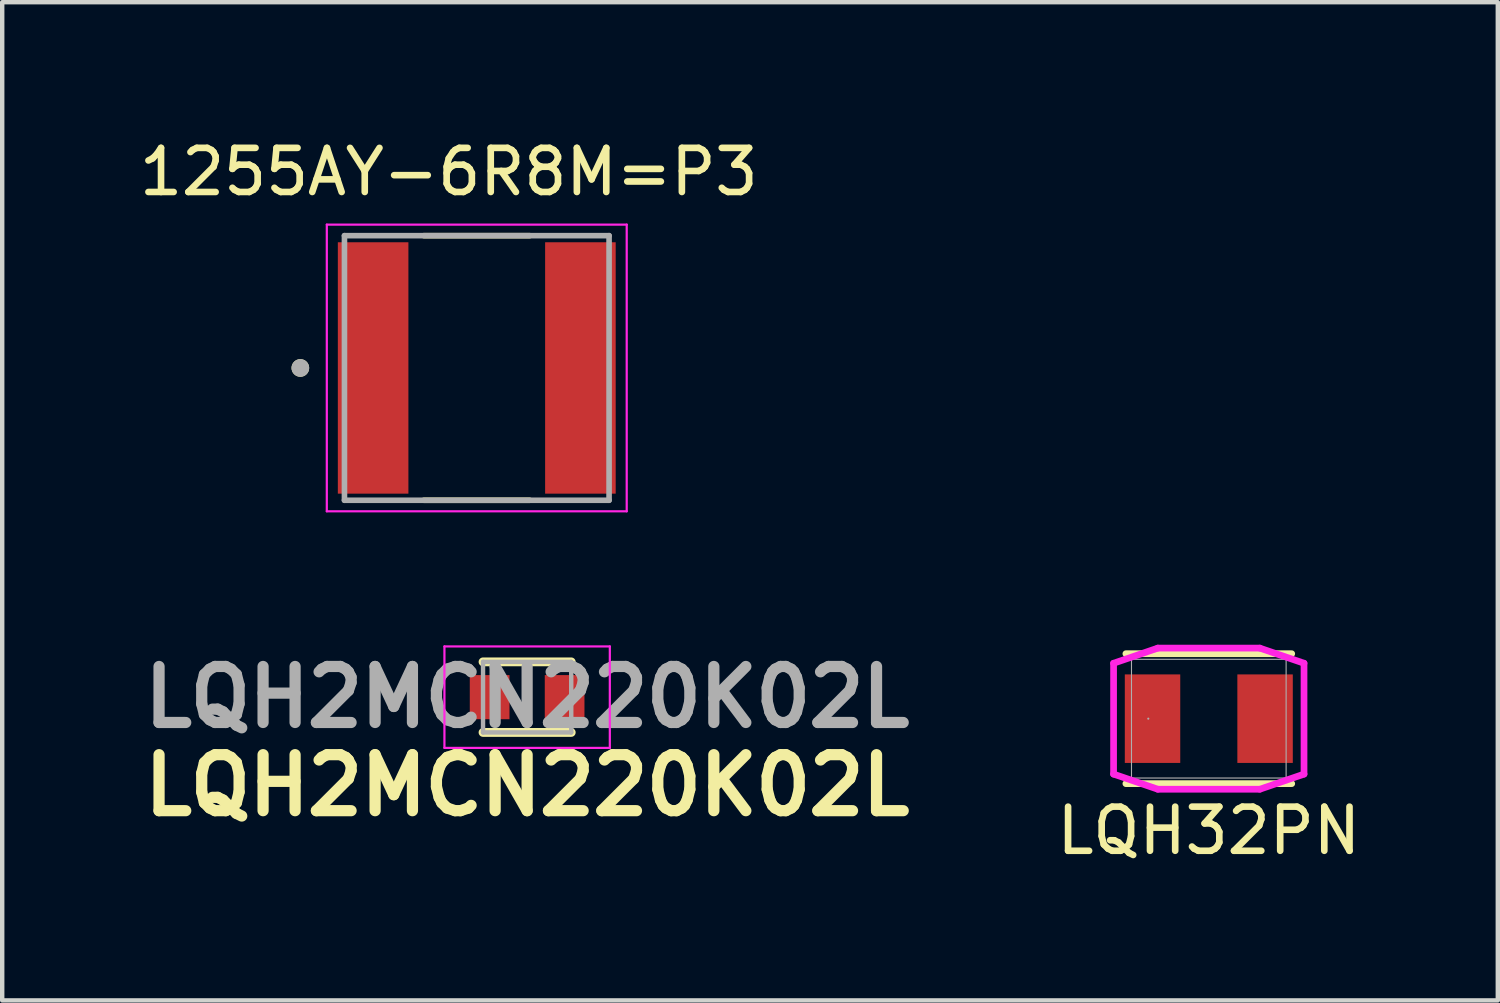
<source format=kicad_pcb>
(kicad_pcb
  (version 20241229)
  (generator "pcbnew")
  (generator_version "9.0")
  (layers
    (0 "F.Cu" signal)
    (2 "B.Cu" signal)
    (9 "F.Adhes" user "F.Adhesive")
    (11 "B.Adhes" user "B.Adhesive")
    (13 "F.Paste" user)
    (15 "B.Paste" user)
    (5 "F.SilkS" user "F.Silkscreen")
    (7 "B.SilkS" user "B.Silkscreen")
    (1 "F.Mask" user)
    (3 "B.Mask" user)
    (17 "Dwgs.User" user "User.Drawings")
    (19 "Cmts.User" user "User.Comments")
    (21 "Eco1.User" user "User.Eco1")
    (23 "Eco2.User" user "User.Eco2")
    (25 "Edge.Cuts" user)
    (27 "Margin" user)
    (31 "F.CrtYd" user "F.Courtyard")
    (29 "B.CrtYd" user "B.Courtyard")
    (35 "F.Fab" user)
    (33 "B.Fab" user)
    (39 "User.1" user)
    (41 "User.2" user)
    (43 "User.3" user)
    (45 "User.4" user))
  (footprint "LQH2MCN220K02L"
    (layer "F.Cu")
    (at 8.902 12.757)
    (property "Reference" "LQH2MCN220K02L" (at 0 2 0) (layer "F.SilkS") (effects (font (size 1.27 1.27) (thickness 0.254))))
    (attr smd)
    (fp_line (start -1 0.8) (end 1 0.8) (stroke (width 0.2) (type solid)) (layer "F.SilkS"))
    (fp_line (start 1 -0.8) (end -1 -0.8) (stroke (width 0.2) (type solid)) (layer "F.SilkS"))
    (fp_line (start -1.875 -1.15) (end 1.875 -1.15) (stroke (width 0.05) (type solid)) (layer "F.CrtYd"))
    (fp_line (start -1.875 1.15) (end -1.875 -1.15) (stroke (width 0.05) (type solid)) (layer "F.CrtYd"))
    (fp_line (start 1.875 -1.15) (end 1.875 1.15) (stroke (width 0.05) (type solid)) (layer "F.CrtYd"))
    (fp_line (start 1.875 1.15) (end -1.875 1.15) (stroke (width 0.05) (type solid)) (layer "F.CrtYd"))
    (fp_line (start -1 -0.8) (end 1 -0.8) (stroke (width 0.1) (type solid)) (layer "F.Fab"))
    (fp_line (start -1 0.8) (end -1 -0.8) (stroke (width 0.1) (type solid)) (layer "F.Fab"))
    (fp_line (start 1 -0.8) (end 1 0.8) (stroke (width 0.1) (type solid)) (layer "F.Fab"))
    (fp_line (start 1 0.8) (end -1 0.8) (stroke (width 0.1) (type solid)) (layer "F.Fab"))
    (fp_text user "${REFERENCE}" (at 0 0 0) (layer "F.Fab") (effects (font (size 1.27 1.27) (thickness 0.254))))
    (pad "1" smd rect (at -0.85 0) (size 0.9 1) (layers "F.Cu" "F.Mask" "F.Paste"))
    (pad "2" smd rect (at 0.85 0) (size 0.9 1) (layers "F.Cu" "F.Mask" "F.Paste")))
  (footprint "1255AY-6R8M=P3"
    (layer "F.Cu")
    (at 7.76 5.293)
    (property "Reference" "1255AY-6R8M=P3" (at -0.635 -4.445 0) (layer "F.SilkS") (effects (font (size 1 1) (thickness 0.15))))
    (attr smd)
    (fp_line (start -1.2 -3) (end 1.2 -3) (stroke (width 0.127) (type solid)) (layer "F.SilkS"))
    (fp_line (start -1.2 3) (end 1.2 3) (stroke (width 0.127) (type solid)) (layer "F.SilkS"))
    (fp_circle (center -4 0) (end -3.9 0) (stroke (width 0.2) (type solid)) (fill no) (layer "F.SilkS"))
    (fp_line (start -3.4 -3.25) (end 3.4 -3.25) (stroke (width 0.05) (type solid)) (layer "F.CrtYd"))
    (fp_line (start -3.4 3.25) (end -3.4 -3.25) (stroke (width 0.05) (type solid)) (layer "F.CrtYd"))
    (fp_line (start 3.4 -3.25) (end 3.4 3.25) (stroke (width 0.05) (type solid)) (layer "F.CrtYd"))
    (fp_line (start 3.4 3.25) (end -3.4 3.25) (stroke (width 0.05) (type solid)) (layer "F.CrtYd"))
    (fp_line (start -3 -3) (end 3 -3) (stroke (width 0.127) (type solid)) (layer "F.Fab"))
    (fp_line (start -3 3) (end -3 -3) (stroke (width 0.127) (type solid)) (layer "F.Fab"))
    (fp_line (start 3 -3) (end 3 3) (stroke (width 0.127) (type solid)) (layer "F.Fab"))
    (fp_line (start 3 3) (end -3 3) (stroke (width 0.127) (type solid)) (layer "F.Fab"))
    (fp_circle (center -4 0) (end -3.9 0) (stroke (width 0.2) (type solid)) (fill no) (layer "F.Fab"))
    (pad "1" smd rect (at -2.35 0 90) (size 5.7 1.6) (layers "F.Cu" "F.Mask" "F.Paste"))
    (pad "2" smd rect (at 2.35 0 90) (size 5.7 1.6) (layers "F.Cu" "F.Mask" "F.Paste")))
  (footprint "LQH32PN"
    (layer "F.Cu")
    (at 24.358 13.245)
    (property "Reference" "LQH32PN" (at 0 2.54 0) (unlocked yes) (layer "F.SilkS") (effects (font (size 1 1) (thickness 0.15))))
    (attr smd)
    (fp_line (start -1.88 -1.473) (end 1.88 -1.473) (stroke (width 0.152) (type solid)) (layer "F.SilkS"))
    (fp_line (start 1.88 1.473) (end -1.88 1.473) (stroke (width 0.152) (type solid)) (layer "F.SilkS"))
    (fp_line (start -2.159 -1.257) (end -1.156 -1.6) (stroke (width 0.152) (type solid)) (layer "F.CrtYd"))
    (fp_line (start -2.159 1.257) (end -2.159 -1.257) (stroke (width 0.152) (type solid)) (layer "F.CrtYd"))
    (fp_line (start -1.156 -1.6) (end 1.156 -1.6) (stroke (width 0.152) (type solid)) (layer "F.CrtYd"))
    (fp_line (start -1.156 1.6) (end -2.159 1.257) (stroke (width 0.152) (type solid)) (layer "F.CrtYd"))
    (fp_line (start 1.156 -1.6) (end 2.159 -1.257) (stroke (width 0.152) (type solid)) (layer "F.CrtYd"))
    (fp_line (start 1.156 1.6) (end -1.156 1.6) (stroke (width 0.152) (type solid)) (layer "F.CrtYd"))
    (fp_line (start 2.159 -1.257) (end 2.159 1.257) (stroke (width 0.152) (type solid)) (layer "F.CrtYd"))
    (fp_line (start 2.159 1.257) (end 1.156 1.6) (stroke (width 0.152) (type solid)) (layer "F.CrtYd"))
    (fp_line (start -1.753 -1.346) (end -1.753 -1.346) (stroke (width 0.025) (type solid)) (layer "F.Fab"))
    (fp_line (start -1.753 -1.346) (end 1.753 -1.346) (stroke (width 0.025) (type solid)) (layer "F.Fab"))
    (fp_line (start -1.753 1.346) (end -1.753 -1.346) (stroke (width 0.025) (type solid)) (layer "F.Fab"))
    (fp_line (start -1.753 1.346) (end -1.753 1.346) (stroke (width 0.025) (type solid)) (layer "F.Fab"))
    (fp_line (start 1.753 -1.346) (end 1.753 -1.346) (stroke (width 0.025) (type solid)) (layer "F.Fab"))
    (fp_line (start 1.753 -1.346) (end 1.753 1.346) (stroke (width 0.025) (type solid)) (layer "F.Fab"))
    (fp_line (start 1.753 1.346) (end -1.753 1.346) (stroke (width 0.025) (type solid)) (layer "F.Fab"))
    (fp_line (start 1.753 1.346) (end 1.753 1.346) (stroke (width 0.025) (type solid)) (layer "F.Fab"))
    (fp_circle (center -1.372 0) (end -1.372 0) (stroke (width 0.025) (type solid)) (fill no) (layer "F.Fab"))
    (pad "1" smd rect (at -1.276 0) (size 1.257 2.007) (layers "F.Cu" "F.Mask" "F.Paste"))
    (pad "2" smd rect (at 1.276 0) (size 1.257 2.007) (layers "F.Cu" "F.Mask" "F.Paste"))
    (zone (net_name "") (layer "F.Cu") (hatch full 0.508) (connect_pads) (min_thickness 0.254) (filled_areas_thickness no) (keepout (tracks not_allowed) (vias not_allowed) (pads allowed) (copperpour not_allowed) (footprints allowed)) (placement (enabled no)) (fill) (polygon (pts (xy 23.761 11.949) (xy 24.955 11.949) (xy 24.955 14.54) (xy 23.761 14.54)))))
  (gr_rect
    (start -3 -3)
    (end 30.911 19.633)
    (stroke (width 0.1) (type default))
    (fill no)
    (layer "Edge.Cuts")))
</source>
